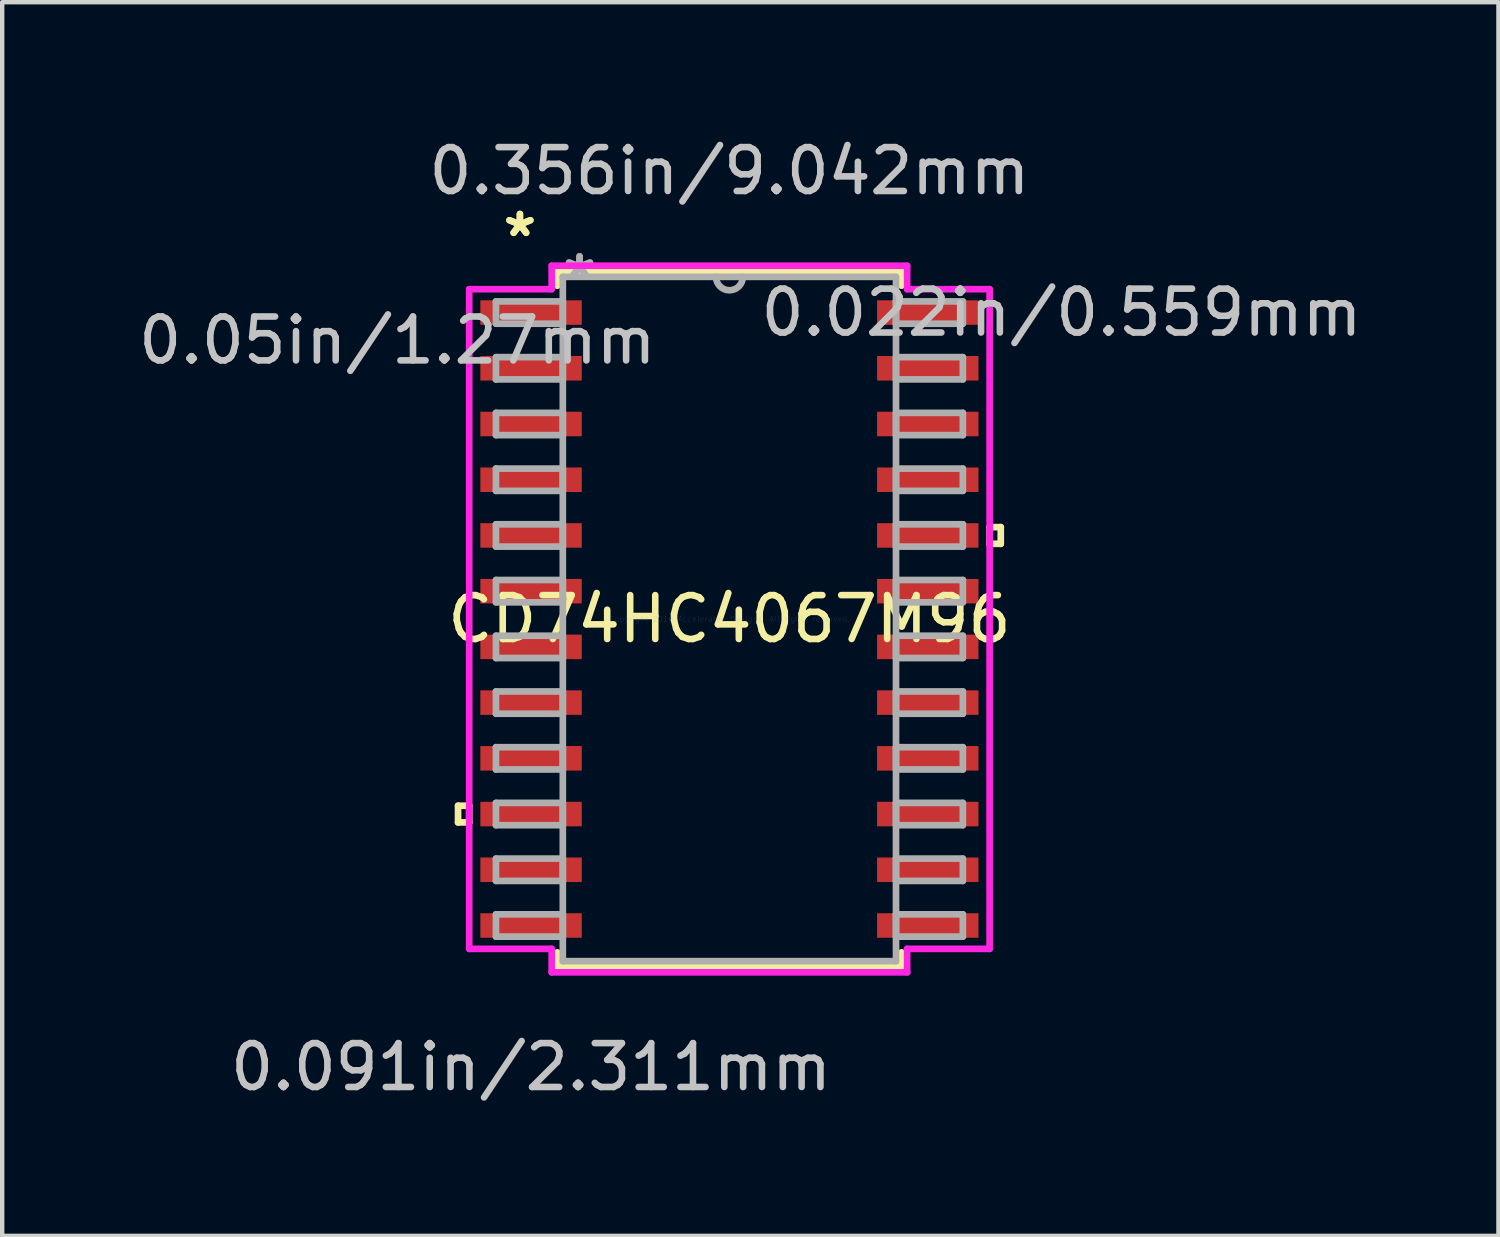
<source format=kicad_pcb>
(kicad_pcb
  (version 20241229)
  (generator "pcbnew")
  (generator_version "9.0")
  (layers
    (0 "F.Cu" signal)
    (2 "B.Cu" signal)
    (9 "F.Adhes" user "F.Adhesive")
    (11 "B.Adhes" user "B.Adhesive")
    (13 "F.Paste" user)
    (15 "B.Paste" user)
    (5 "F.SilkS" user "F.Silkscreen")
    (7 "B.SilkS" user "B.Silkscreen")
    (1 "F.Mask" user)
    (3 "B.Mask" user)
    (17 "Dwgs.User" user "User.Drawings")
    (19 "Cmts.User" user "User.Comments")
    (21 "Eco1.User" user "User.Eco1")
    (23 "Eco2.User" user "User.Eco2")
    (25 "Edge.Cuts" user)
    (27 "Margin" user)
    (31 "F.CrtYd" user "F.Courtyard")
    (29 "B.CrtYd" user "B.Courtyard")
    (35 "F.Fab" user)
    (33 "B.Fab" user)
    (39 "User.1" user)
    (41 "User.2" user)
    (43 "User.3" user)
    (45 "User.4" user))
  (footprint "CD74HC4067M96"
    (layer "F.Cu")
    (at 13.575 11.059)
    (property "Reference" "CD74HC4067M96" (at 0 0 0) (layer "F.SilkS") (effects (font (size 1 1) (thickness 0.15))))
    (attr through_hole)
    (fp_line (start -6.185 4.255) (end -6.185 4.636) (stroke (width 0.152) (type solid)) (layer "F.SilkS"))
    (fp_line (start -6.185 4.636) (end -5.931 4.636) (stroke (width 0.152) (type solid)) (layer "F.SilkS"))
    (fp_line (start -5.931 4.255) (end -6.185 4.255) (stroke (width 0.152) (type solid)) (layer "F.SilkS"))
    (fp_line (start -5.931 4.636) (end -5.931 4.255) (stroke (width 0.152) (type solid)) (layer "F.SilkS"))
    (fp_line (start -3.924 -7.925) (end -3.924 -7.597) (stroke (width 0.152) (type solid)) (layer "F.SilkS"))
    (fp_line (start -3.924 7.597) (end -3.924 7.925) (stroke (width 0.152) (type solid)) (layer "F.SilkS"))
    (fp_line (start -3.924 7.925) (end 3.924 7.925) (stroke (width 0.152) (type solid)) (layer "F.SilkS"))
    (fp_line (start 3.924 -7.925) (end -3.924 -7.925) (stroke (width 0.152) (type solid)) (layer "F.SilkS"))
    (fp_line (start 3.924 -7.597) (end 3.924 -7.925) (stroke (width 0.152) (type solid)) (layer "F.SilkS"))
    (fp_line (start 3.924 7.925) (end 3.924 7.597) (stroke (width 0.152) (type solid)) (layer "F.SilkS"))
    (fp_line (start 5.931 -2.095) (end 6.185 -2.095) (stroke (width 0.152) (type solid)) (layer "F.SilkS"))
    (fp_line (start 5.931 -1.714) (end 5.931 -2.095) (stroke (width 0.152) (type solid)) (layer "F.SilkS"))
    (fp_line (start 6.185 -2.095) (end 6.185 -1.714) (stroke (width 0.152) (type solid)) (layer "F.SilkS"))
    (fp_line (start 6.185 -1.714) (end 5.931 -1.714) (stroke (width 0.152) (type solid)) (layer "F.SilkS"))
    (fp_line (start -5.931 -7.518) (end -4.051 -7.518) (stroke (width 0.152) (type solid)) (layer "F.CrtYd"))
    (fp_line (start -5.931 7.518) (end -5.931 -7.518) (stroke (width 0.152) (type solid)) (layer "F.CrtYd"))
    (fp_line (start -4.051 -8.052) (end 4.051 -8.052) (stroke (width 0.152) (type solid)) (layer "F.CrtYd"))
    (fp_line (start -4.051 -7.518) (end -4.051 -8.052) (stroke (width 0.152) (type solid)) (layer "F.CrtYd"))
    (fp_line (start -4.051 7.518) (end -5.931 7.518) (stroke (width 0.152) (type solid)) (layer "F.CrtYd"))
    (fp_line (start -4.051 8.052) (end -4.051 7.518) (stroke (width 0.152) (type solid)) (layer "F.CrtYd"))
    (fp_line (start 4.051 -8.052) (end 4.051 -7.518) (stroke (width 0.152) (type solid)) (layer "F.CrtYd"))
    (fp_line (start 4.051 -7.518) (end 5.931 -7.518) (stroke (width 0.152) (type solid)) (layer "F.CrtYd"))
    (fp_line (start 4.051 7.518) (end 4.051 8.052) (stroke (width 0.152) (type solid)) (layer "F.CrtYd"))
    (fp_line (start 4.051 8.052) (end -4.051 8.052) (stroke (width 0.152) (type solid)) (layer "F.CrtYd"))
    (fp_line (start 5.931 -7.518) (end 5.931 7.518) (stroke (width 0.152) (type solid)) (layer "F.CrtYd"))
    (fp_line (start 5.931 7.518) (end 4.051 7.518) (stroke (width 0.152) (type solid)) (layer "F.CrtYd"))
    (fp_line (start -5.321 -7.239) (end -5.321 -6.731) (stroke (width 0.152) (type solid)) (layer "F.Fab"))
    (fp_line (start -5.321 -6.731) (end -3.797 -6.731) (stroke (width 0.152) (type solid)) (layer "F.Fab"))
    (fp_line (start -5.321 -5.969) (end -5.321 -5.461) (stroke (width 0.152) (type solid)) (layer "F.Fab"))
    (fp_line (start -5.321 -5.461) (end -3.797 -5.461) (stroke (width 0.152) (type solid)) (layer "F.Fab"))
    (fp_line (start -5.321 -4.699) (end -5.321 -4.191) (stroke (width 0.152) (type solid)) (layer "F.Fab"))
    (fp_line (start -5.321 -4.191) (end -3.797 -4.191) (stroke (width 0.152) (type solid)) (layer "F.Fab"))
    (fp_line (start -5.321 -3.429) (end -5.321 -2.921) (stroke (width 0.152) (type solid)) (layer "F.Fab"))
    (fp_line (start -5.321 -2.921) (end -3.797 -2.921) (stroke (width 0.152) (type solid)) (layer "F.Fab"))
    (fp_line (start -5.321 -2.159) (end -5.321 -1.651) (stroke (width 0.152) (type solid)) (layer "F.Fab"))
    (fp_line (start -5.321 -1.651) (end -3.797 -1.651) (stroke (width 0.152) (type solid)) (layer "F.Fab"))
    (fp_line (start -5.321 -0.889) (end -5.321 -0.381) (stroke (width 0.152) (type solid)) (layer "F.Fab"))
    (fp_line (start -5.321 -0.381) (end -3.797 -0.381) (stroke (width 0.152) (type solid)) (layer "F.Fab"))
    (fp_line (start -5.321 0.381) (end -5.321 0.889) (stroke (width 0.152) (type solid)) (layer "F.Fab"))
    (fp_line (start -5.321 0.889) (end -3.797 0.889) (stroke (width 0.152) (type solid)) (layer "F.Fab"))
    (fp_line (start -5.321 1.651) (end -5.321 2.159) (stroke (width 0.152) (type solid)) (layer "F.Fab"))
    (fp_line (start -5.321 2.159) (end -3.797 2.159) (stroke (width 0.152) (type solid)) (layer "F.Fab"))
    (fp_line (start -5.321 2.921) (end -5.321 3.429) (stroke (width 0.152) (type solid)) (layer "F.Fab"))
    (fp_line (start -5.321 3.429) (end -3.797 3.429) (stroke (width 0.152) (type solid)) (layer "F.Fab"))
    (fp_line (start -5.321 4.191) (end -5.321 4.699) (stroke (width 0.152) (type solid)) (layer "F.Fab"))
    (fp_line (start -5.321 4.699) (end -3.797 4.699) (stroke (width 0.152) (type solid)) (layer "F.Fab"))
    (fp_line (start -5.321 5.461) (end -5.321 5.969) (stroke (width 0.152) (type solid)) (layer "F.Fab"))
    (fp_line (start -5.321 5.969) (end -3.797 5.969) (stroke (width 0.152) (type solid)) (layer "F.Fab"))
    (fp_line (start -5.321 6.731) (end -5.321 7.239) (stroke (width 0.152) (type solid)) (layer "F.Fab"))
    (fp_line (start -5.321 7.239) (end -3.797 7.239) (stroke (width 0.152) (type solid)) (layer "F.Fab"))
    (fp_line (start -3.797 -7.798) (end -3.797 7.798) (stroke (width 0.152) (type solid)) (layer "F.Fab"))
    (fp_line (start -3.797 -7.239) (end -5.321 -7.239) (stroke (width 0.152) (type solid)) (layer "F.Fab"))
    (fp_line (start -3.797 -6.731) (end -3.797 -7.239) (stroke (width 0.152) (type solid)) (layer "F.Fab"))
    (fp_line (start -3.797 -5.969) (end -5.321 -5.969) (stroke (width 0.152) (type solid)) (layer "F.Fab"))
    (fp_line (start -3.797 -5.461) (end -3.797 -5.969) (stroke (width 0.152) (type solid)) (layer "F.Fab"))
    (fp_line (start -3.797 -4.699) (end -5.321 -4.699) (stroke (width 0.152) (type solid)) (layer "F.Fab"))
    (fp_line (start -3.797 -4.191) (end -3.797 -4.699) (stroke (width 0.152) (type solid)) (layer "F.Fab"))
    (fp_line (start -3.797 -3.429) (end -5.321 -3.429) (stroke (width 0.152) (type solid)) (layer "F.Fab"))
    (fp_line (start -3.797 -2.921) (end -3.797 -3.429) (stroke (width 0.152) (type solid)) (layer "F.Fab"))
    (fp_line (start -3.797 -2.159) (end -5.321 -2.159) (stroke (width 0.152) (type solid)) (layer "F.Fab"))
    (fp_line (start -3.797 -1.651) (end -3.797 -2.159) (stroke (width 0.152) (type solid)) (layer "F.Fab"))
    (fp_line (start -3.797 -0.889) (end -5.321 -0.889) (stroke (width 0.152) (type solid)) (layer "F.Fab"))
    (fp_line (start -3.797 -0.381) (end -3.797 -0.889) (stroke (width 0.152) (type solid)) (layer "F.Fab"))
    (fp_line (start -3.797 0.381) (end -5.321 0.381) (stroke (width 0.152) (type solid)) (layer "F.Fab"))
    (fp_line (start -3.797 0.889) (end -3.797 0.381) (stroke (width 0.152) (type solid)) (layer "F.Fab"))
    (fp_line (start -3.797 1.651) (end -5.321 1.651) (stroke (width 0.152) (type solid)) (layer "F.Fab"))
    (fp_line (start -3.797 2.159) (end -3.797 1.651) (stroke (width 0.152) (type solid)) (layer "F.Fab"))
    (fp_line (start -3.797 2.921) (end -5.321 2.921) (stroke (width 0.152) (type solid)) (layer "F.Fab"))
    (fp_line (start -3.797 3.429) (end -3.797 2.921) (stroke (width 0.152) (type solid)) (layer "F.Fab"))
    (fp_line (start -3.797 4.191) (end -5.321 4.191) (stroke (width 0.152) (type solid)) (layer "F.Fab"))
    (fp_line (start -3.797 4.699) (end -3.797 4.191) (stroke (width 0.152) (type solid)) (layer "F.Fab"))
    (fp_line (start -3.797 5.461) (end -5.321 5.461) (stroke (width 0.152) (type solid)) (layer "F.Fab"))
    (fp_line (start -3.797 5.969) (end -3.797 5.461) (stroke (width 0.152) (type solid)) (layer "F.Fab"))
    (fp_line (start -3.797 6.731) (end -5.321 6.731) (stroke (width 0.152) (type solid)) (layer "F.Fab"))
    (fp_line (start -3.797 7.239) (end -3.797 6.731) (stroke (width 0.152) (type solid)) (layer "F.Fab"))
    (fp_line (start -3.797 7.798) (end 3.797 7.798) (stroke (width 0.152) (type solid)) (layer "F.Fab"))
    (fp_line (start 3.797 -7.798) (end -3.797 -7.798) (stroke (width 0.152) (type solid)) (layer "F.Fab"))
    (fp_line (start 3.797 -7.239) (end 3.797 -6.731) (stroke (width 0.152) (type solid)) (layer "F.Fab"))
    (fp_line (start 3.797 -6.731) (end 5.321 -6.731) (stroke (width 0.152) (type solid)) (layer "F.Fab"))
    (fp_line (start 3.797 -5.969) (end 3.797 -5.461) (stroke (width 0.152) (type solid)) (layer "F.Fab"))
    (fp_line (start 3.797 -5.461) (end 5.321 -5.461) (stroke (width 0.152) (type solid)) (layer "F.Fab"))
    (fp_line (start 3.797 -4.699) (end 3.797 -4.191) (stroke (width 0.152) (type solid)) (layer "F.Fab"))
    (fp_line (start 3.797 -4.191) (end 5.321 -4.191) (stroke (width 0.152) (type solid)) (layer "F.Fab"))
    (fp_line (start 3.797 -3.429) (end 3.797 -2.921) (stroke (width 0.152) (type solid)) (layer "F.Fab"))
    (fp_line (start 3.797 -2.921) (end 5.321 -2.921) (stroke (width 0.152) (type solid)) (layer "F.Fab"))
    (fp_line (start 3.797 -2.159) (end 3.797 -1.651) (stroke (width 0.152) (type solid)) (layer "F.Fab"))
    (fp_line (start 3.797 -1.651) (end 5.321 -1.651) (stroke (width 0.152) (type solid)) (layer "F.Fab"))
    (fp_line (start 3.797 -0.889) (end 3.797 -0.381) (stroke (width 0.152) (type solid)) (layer "F.Fab"))
    (fp_line (start 3.797 -0.381) (end 5.321 -0.381) (stroke (width 0.152) (type solid)) (layer "F.Fab"))
    (fp_line (start 3.797 0.381) (end 3.797 0.889) (stroke (width 0.152) (type solid)) (layer "F.Fab"))
    (fp_line (start 3.797 0.889) (end 5.321 0.889) (stroke (width 0.152) (type solid)) (layer "F.Fab"))
    (fp_line (start 3.797 1.651) (end 3.797 2.159) (stroke (width 0.152) (type solid)) (layer "F.Fab"))
    (fp_line (start 3.797 2.159) (end 5.321 2.159) (stroke (width 0.152) (type solid)) (layer "F.Fab"))
    (fp_line (start 3.797 2.921) (end 3.797 3.429) (stroke (width 0.152) (type solid)) (layer "F.Fab"))
    (fp_line (start 3.797 3.429) (end 5.321 3.429) (stroke (width 0.152) (type solid)) (layer "F.Fab"))
    (fp_line (start 3.797 4.191) (end 3.797 4.699) (stroke (width 0.152) (type solid)) (layer "F.Fab"))
    (fp_line (start 3.797 4.699) (end 5.321 4.699) (stroke (width 0.152) (type solid)) (layer "F.Fab"))
    (fp_line (start 3.797 5.461) (end 3.797 5.969) (stroke (width 0.152) (type solid)) (layer "F.Fab"))
    (fp_line (start 3.797 5.969) (end 5.321 5.969) (stroke (width 0.152) (type solid)) (layer "F.Fab"))
    (fp_line (start 3.797 6.731) (end 3.797 7.239) (stroke (width 0.152) (type solid)) (layer "F.Fab"))
    (fp_line (start 3.797 7.239) (end 5.321 7.239) (stroke (width 0.152) (type solid)) (layer "F.Fab"))
    (fp_line (start 3.797 7.798) (end 3.797 -7.798) (stroke (width 0.152) (type solid)) (layer "F.Fab"))
    (fp_line (start 5.321 -7.239) (end 3.797 -7.239) (stroke (width 0.152) (type solid)) (layer "F.Fab"))
    (fp_line (start 5.321 -6.731) (end 5.321 -7.239) (stroke (width 0.152) (type solid)) (layer "F.Fab"))
    (fp_line (start 5.321 -5.969) (end 3.797 -5.969) (stroke (width 0.152) (type solid)) (layer "F.Fab"))
    (fp_line (start 5.321 -5.461) (end 5.321 -5.969) (stroke (width 0.152) (type solid)) (layer "F.Fab"))
    (fp_line (start 5.321 -4.699) (end 3.797 -4.699) (stroke (width 0.152) (type solid)) (layer "F.Fab"))
    (fp_line (start 5.321 -4.191) (end 5.321 -4.699) (stroke (width 0.152) (type solid)) (layer "F.Fab"))
    (fp_line (start 5.321 -3.429) (end 3.797 -3.429) (stroke (width 0.152) (type solid)) (layer "F.Fab"))
    (fp_line (start 5.321 -2.921) (end 5.321 -3.429) (stroke (width 0.152) (type solid)) (layer "F.Fab"))
    (fp_line (start 5.321 -2.159) (end 3.797 -2.159) (stroke (width 0.152) (type solid)) (layer "F.Fab"))
    (fp_line (start 5.321 -1.651) (end 5.321 -2.159) (stroke (width 0.152) (type solid)) (layer "F.Fab"))
    (fp_line (start 5.321 -0.889) (end 3.797 -0.889) (stroke (width 0.152) (type solid)) (layer "F.Fab"))
    (fp_line (start 5.321 -0.381) (end 5.321 -0.889) (stroke (width 0.152) (type solid)) (layer "F.Fab"))
    (fp_line (start 5.321 0.381) (end 3.797 0.381) (stroke (width 0.152) (type solid)) (layer "F.Fab"))
    (fp_line (start 5.321 0.889) (end 5.321 0.381) (stroke (width 0.152) (type solid)) (layer "F.Fab"))
    (fp_line (start 5.321 1.651) (end 3.797 1.651) (stroke (width 0.152) (type solid)) (layer "F.Fab"))
    (fp_line (start 5.321 2.159) (end 5.321 1.651) (stroke (width 0.152) (type solid)) (layer "F.Fab"))
    (fp_line (start 5.321 2.921) (end 3.797 2.921) (stroke (width 0.152) (type solid)) (layer "F.Fab"))
    (fp_line (start 5.321 3.429) (end 5.321 2.921) (stroke (width 0.152) (type solid)) (layer "F.Fab"))
    (fp_line (start 5.321 4.191) (end 3.797 4.191) (stroke (width 0.152) (type solid)) (layer "F.Fab"))
    (fp_line (start 5.321 4.699) (end 5.321 4.191) (stroke (width 0.152) (type solid)) (layer "F.Fab"))
    (fp_line (start 5.321 5.461) (end 3.797 5.461) (stroke (width 0.152) (type solid)) (layer "F.Fab"))
    (fp_line (start 5.321 5.969) (end 5.321 5.461) (stroke (width 0.152) (type solid)) (layer "F.Fab"))
    (fp_line (start 5.321 6.731) (end 3.797 6.731) (stroke (width 0.152) (type solid)) (layer "F.Fab"))
    (fp_line (start 5.321 7.239) (end 5.321 6.731) (stroke (width 0.152) (type solid)) (layer "F.Fab"))
    (fp_arc (start 0.3048 -7.7978) (mid 0 -7.493) (end -0.3048 -7.7978) (stroke (width 0.1524) (type solid)) (layer "F.Fab"))
    (fp_text user "*" (at -4.775 -8.687 0) (layer "F.SilkS") (effects (font (size 1 1) (thickness 0.15))))
    (fp_text user "*" (at -4.775 -8.687 0) (layer "F.SilkS") (effects (font (size 1 1) (thickness 0.15))))
    (fp_text user "0.356in/9.042mm" (at 0 -10.211 0) (layer "Dwgs.User") (effects (font (size 1 1) (thickness 0.15))))
    (fp_text user "0.091in/2.311mm" (at -4.521 10.211 0) (layer "Dwgs.User") (effects (font (size 1 1) (thickness 0.15))))
    (fp_text user "0.022in/0.559mm" (at 7.569 -6.985 0) (layer "Dwgs.User") (effects (font (size 1 1) (thickness 0.15))))
    (fp_text user "0.05in/1.27mm" (at -7.569 -6.35 0) (layer "Dwgs.User") (effects (font (size 1 1) (thickness 0.15))))
    (fp_text user "Copyright 2016 Accelerated Designs. All rights reserved." (at 0 0 0) (layer "Cmts.User") (effects (font (size 0.127 0.127) (thickness 0.002))))
    (fp_text user "*" (at -3.416 -7.722 0) (layer "F.Fab") (effects (font (size 1 1) (thickness 0.15))))
    (fp_text user "*" (at -3.416 -7.722 0) (layer "F.Fab") (effects (font (size 1 1) (thickness 0.15))))
    (pad "1" smd rect (at -4.521 -6.985) (size 2.311 0.559) (layers "F.Cu" "F.Mask" "F.Paste"))
    (pad "2" smd rect (at -4.521 -5.715) (size 2.311 0.559) (layers "F.Cu" "F.Mask" "F.Paste"))
    (pad "3" smd rect (at -4.521 -4.445) (size 2.311 0.559) (layers "F.Cu" "F.Mask" "F.Paste"))
    (pad "4" smd rect (at -4.521 -3.175) (size 2.311 0.559) (layers "F.Cu" "F.Mask" "F.Paste"))
    (pad "5" smd rect (at -4.521 -1.905) (size 2.311 0.559) (layers "F.Cu" "F.Mask" "F.Paste"))
    (pad "6" smd rect (at -4.521 -0.635) (size 2.311 0.559) (layers "F.Cu" "F.Mask" "F.Paste"))
    (pad "7" smd rect (at -4.521 0.635) (size 2.311 0.559) (layers "F.Cu" "F.Mask" "F.Paste"))
    (pad "8" smd rect (at -4.521 1.905) (size 2.311 0.559) (layers "F.Cu" "F.Mask" "F.Paste"))
    (pad "9" smd rect (at -4.521 3.175) (size 2.311 0.559) (layers "F.Cu" "F.Mask" "F.Paste"))
    (pad "10" smd rect (at -4.521 4.445) (size 2.311 0.559) (layers "F.Cu" "F.Mask" "F.Paste"))
    (pad "11" smd rect (at -4.521 5.715) (size 2.311 0.559) (layers "F.Cu" "F.Mask" "F.Paste"))
    (pad "12" smd rect (at -4.521 6.985) (size 2.311 0.559) (layers "F.Cu" "F.Mask" "F.Paste"))
    (pad "13" smd rect (at 4.521 6.985) (size 2.311 0.559) (layers "F.Cu" "F.Mask" "F.Paste"))
    (pad "14" smd rect (at 4.521 5.715) (size 2.311 0.559) (layers "F.Cu" "F.Mask" "F.Paste"))
    (pad "15" smd rect (at 4.521 4.445) (size 2.311 0.559) (layers "F.Cu" "F.Mask" "F.Paste"))
    (pad "16" smd rect (at 4.521 3.175) (size 2.311 0.559) (layers "F.Cu" "F.Mask" "F.Paste"))
    (pad "17" smd rect (at 4.521 1.905) (size 2.311 0.559) (layers "F.Cu" "F.Mask" "F.Paste"))
    (pad "18" smd rect (at 4.521 0.635) (size 2.311 0.559) (layers "F.Cu" "F.Mask" "F.Paste"))
    (pad "19" smd rect (at 4.521 -0.635) (size 2.311 0.559) (layers "F.Cu" "F.Mask" "F.Paste"))
    (pad "20" smd rect (at 4.521 -1.905) (size 2.311 0.559) (layers "F.Cu" "F.Mask" "F.Paste"))
    (pad "21" smd rect (at 4.521 -3.175) (size 2.311 0.559) (layers "F.Cu" "F.Mask" "F.Paste"))
    (pad "22" smd rect (at 4.521 -4.445) (size 2.311 0.559) (layers "F.Cu" "F.Mask" "F.Paste"))
    (pad "23" smd rect (at 4.521 -5.715) (size 2.311 0.559) (layers "F.Cu" "F.Mask" "F.Paste"))
    (pad "24" smd rect (at 4.521 -6.985) (size 2.311 0.559) (layers "F.Cu" "F.Mask" "F.Paste")))
  (gr_rect
    (start -3 -3)
    (end 31.103 25.118)
    (stroke (width 0.1) (type default))
    (fill no)
    (layer "Edge.Cuts")))
</source>
